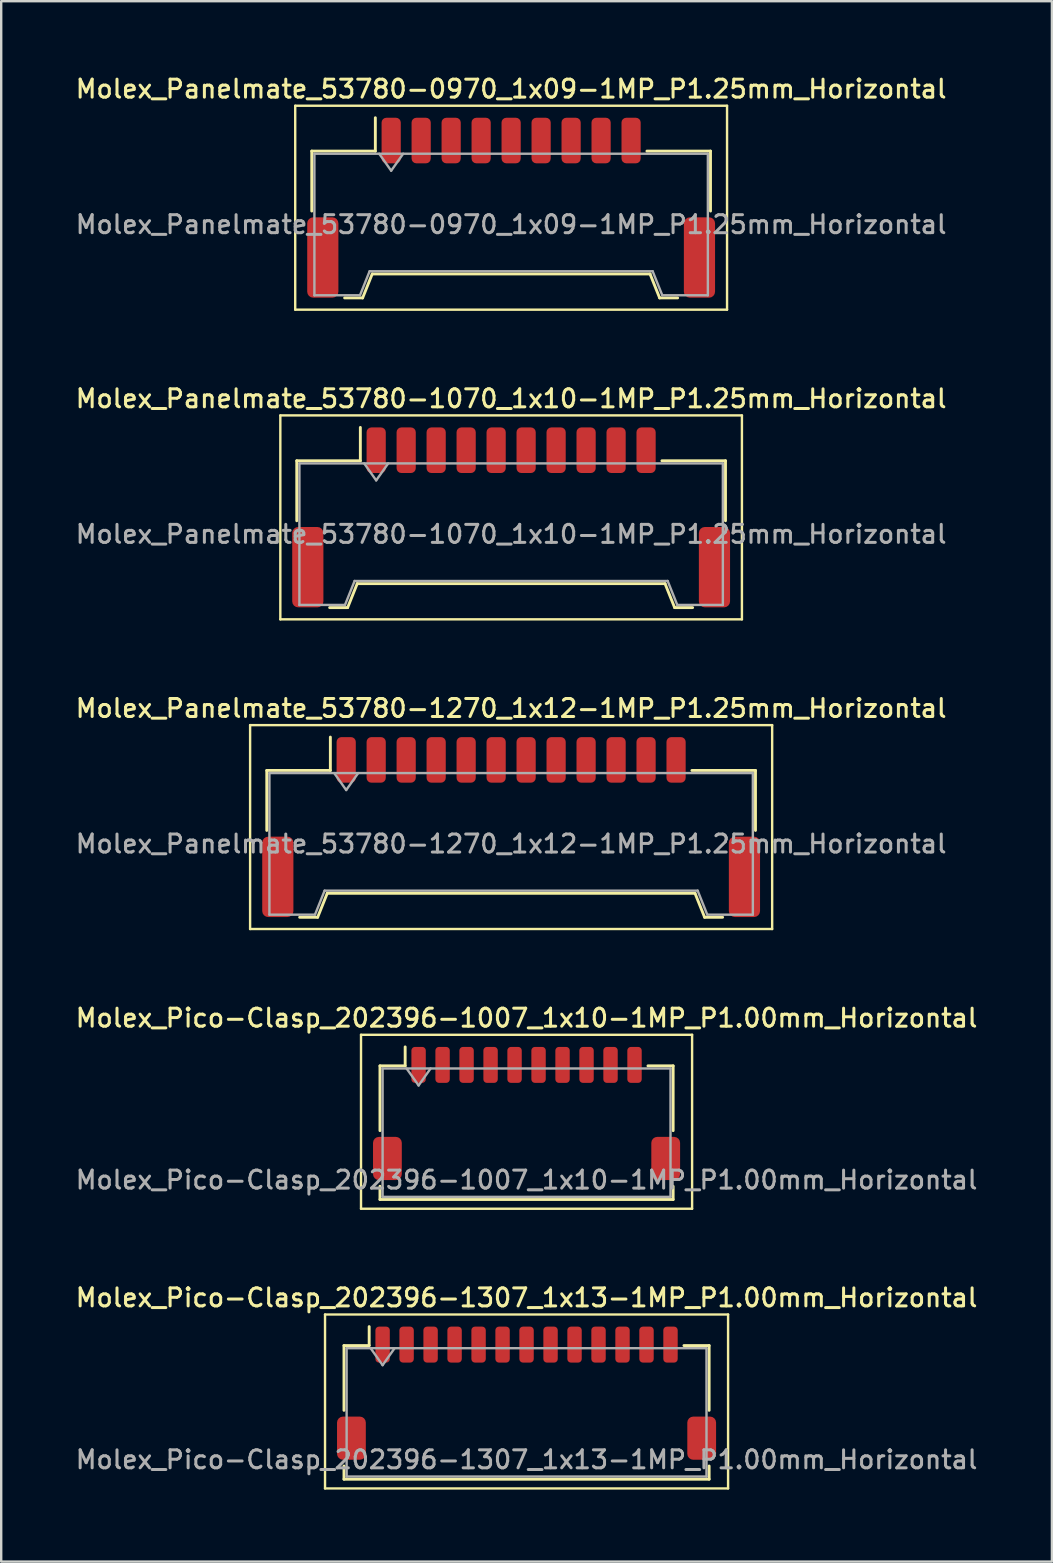
<source format=kicad_pcb>
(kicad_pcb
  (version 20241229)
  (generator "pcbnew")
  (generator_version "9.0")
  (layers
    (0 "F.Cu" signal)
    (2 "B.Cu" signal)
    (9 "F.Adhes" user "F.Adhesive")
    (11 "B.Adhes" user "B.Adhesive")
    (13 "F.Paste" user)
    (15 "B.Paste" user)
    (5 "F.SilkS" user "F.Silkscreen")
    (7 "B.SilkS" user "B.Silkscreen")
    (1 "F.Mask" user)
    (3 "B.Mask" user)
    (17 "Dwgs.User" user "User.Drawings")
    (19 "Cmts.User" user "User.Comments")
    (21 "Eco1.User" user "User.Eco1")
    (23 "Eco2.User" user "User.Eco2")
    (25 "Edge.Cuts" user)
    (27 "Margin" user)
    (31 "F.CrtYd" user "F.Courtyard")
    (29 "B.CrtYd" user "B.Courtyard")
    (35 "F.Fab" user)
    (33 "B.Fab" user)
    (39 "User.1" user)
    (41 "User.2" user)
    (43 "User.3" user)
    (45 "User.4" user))
  (footprint "Molex_Panelmate_53780-1070_1x10-1MP_P1.25mm_Horizontal"
    (layer "F.Cu")
    (at 18.255 18.516)
    (property "Reference" "Molex_Panelmate_53780-1070_1x10-1MP_P1.25mm_Horizontal" (at 0 -4.95 0) (layer "F.SilkS") (effects (font (size 0.75 0.75) (thickness 0.125))))
    (attr smd)
    (fp_line (start -9.62 -4.25) (end -9.62 4.25) (stroke (width 0.1) (type solid)) (layer "F.SilkS"))
    (fp_line (start -9.62 4.25) (end 9.62 4.25) (stroke (width 0.1) (type solid)) (layer "F.SilkS"))
    (fp_line (start -8.935 -2.36) (end -6.285 -2.36) (stroke (width 0.12) (type solid)) (layer "F.SilkS"))
    (fp_line (start -8.935 0.14) (end -8.935 -2.36) (stroke (width 0.12) (type solid)) (layer "F.SilkS"))
    (fp_line (start -7.565 3.76) (end -6.815 3.76) (stroke (width 0.12) (type solid)) (layer "F.SilkS"))
    (fp_line (start -6.815 3.76) (end -6.415 2.76) (stroke (width 0.12) (type solid)) (layer "F.SilkS"))
    (fp_line (start -6.415 2.76) (end 6.415 2.76) (stroke (width 0.12) (type solid)) (layer "F.SilkS"))
    (fp_line (start -6.285 -2.36) (end -6.285 -3.75) (stroke (width 0.12) (type solid)) (layer "F.SilkS"))
    (fp_line (start 6.415 2.76) (end 6.815 3.76) (stroke (width 0.12) (type solid)) (layer "F.SilkS"))
    (fp_line (start 6.815 3.76) (end 7.565 3.76) (stroke (width 0.12) (type solid)) (layer "F.SilkS"))
    (fp_line (start 8.935 -2.36) (end 6.285 -2.36) (stroke (width 0.12) (type solid)) (layer "F.SilkS"))
    (fp_line (start 8.935 0.14) (end 8.935 -2.36) (stroke (width 0.12) (type solid)) (layer "F.SilkS"))
    (fp_line (start 9.62 -4.25) (end -9.62 -4.25) (stroke (width 0.1) (type solid)) (layer "F.SilkS"))
    (fp_line (start 9.62 4.25) (end 9.62 -4.25) (stroke (width 0.1) (type solid)) (layer "F.SilkS"))
    (fp_line (start -8.825 -2.25) (end -8.825 3.65) (stroke (width 0.1) (type solid)) (layer "F.Fab"))
    (fp_line (start -8.825 -2.25) (end 8.825 -2.25) (stroke (width 0.1) (type solid)) (layer "F.Fab"))
    (fp_line (start -8.825 3.65) (end -6.925 3.65) (stroke (width 0.1) (type solid)) (layer "F.Fab"))
    (fp_line (start -6.925 3.65) (end -6.525 2.65) (stroke (width 0.1) (type solid)) (layer "F.Fab"))
    (fp_line (start -6.525 2.65) (end 6.525 2.65) (stroke (width 0.1) (type solid)) (layer "F.Fab"))
    (fp_line (start -6.125 -2.25) (end -5.625 -1.543) (stroke (width 0.1) (type solid)) (layer "F.Fab"))
    (fp_line (start -5.625 -1.543) (end -5.125 -2.25) (stroke (width 0.1) (type solid)) (layer "F.Fab"))
    (fp_line (start 6.525 2.65) (end 6.925 3.65) (stroke (width 0.1) (type solid)) (layer "F.Fab"))
    (fp_line (start 6.925 3.65) (end 8.825 3.65) (stroke (width 0.1) (type solid)) (layer "F.Fab"))
    (fp_line (start 8.825 -2.25) (end 8.825 3.65) (stroke (width 0.1) (type solid)) (layer "F.Fab"))
    (fp_text user "${REFERENCE}" (at 0 0.7 0) (layer "F.Fab") (effects (font (size 0.75 0.75) (thickness 0.125))))
    (pad "1" smd roundrect (at -5.625 -2.8) (size 0.8 1.9) (layers "F.Cu" "F.Mask" "F.Paste") (roundrect_rratio 0.25))
    (pad "2" smd roundrect (at -4.375 -2.8) (size 0.8 1.9) (layers "F.Cu" "F.Mask" "F.Paste") (roundrect_rratio 0.25))
    (pad "3" smd roundrect (at -3.125 -2.8) (size 0.8 1.9) (layers "F.Cu" "F.Mask" "F.Paste") (roundrect_rratio 0.25))
    (pad "4" smd roundrect (at -1.875 -2.8) (size 0.8 1.9) (layers "F.Cu" "F.Mask" "F.Paste") (roundrect_rratio 0.25))
    (pad "5" smd roundrect (at -0.625 -2.8) (size 0.8 1.9) (layers "F.Cu" "F.Mask" "F.Paste") (roundrect_rratio 0.25))
    (pad "6" smd roundrect (at 0.625 -2.8) (size 0.8 1.9) (layers "F.Cu" "F.Mask" "F.Paste") (roundrect_rratio 0.25))
    (pad "7" smd roundrect (at 1.875 -2.8) (size 0.8 1.9) (layers "F.Cu" "F.Mask" "F.Paste") (roundrect_rratio 0.25))
    (pad "8" smd roundrect (at 3.125 -2.8) (size 0.8 1.9) (layers "F.Cu" "F.Mask" "F.Paste") (roundrect_rratio 0.25))
    (pad "9" smd roundrect (at 4.375 -2.8) (size 0.8 1.9) (layers "F.Cu" "F.Mask" "F.Paste") (roundrect_rratio 0.25))
    (pad "10" smd roundrect (at 5.625 -2.8) (size 0.8 1.9) (layers "F.Cu" "F.Mask" "F.Paste") (roundrect_rratio 0.25))
    (pad "MP" smd roundrect (at -8.475 2.075) (size 1.3 3.35) (layers "F.Cu" "F.Mask" "F.Paste") (roundrect_rratio 0.192))
    (pad "MP" smd roundrect (at 8.475 2.075) (size 1.3 3.35) (layers "F.Cu" "F.Mask" "F.Paste") (roundrect_rratio 0.192)))
  (footprint "Molex_Pico-Clasp_202396-1307_1x13-1MP_P1.00mm_Horizontal"
    (layer "F.Cu")
    (at 18.898 55.021)
    (property "Reference" "Molex_Pico-Clasp_202396-1307_1x13-1MP_P1.00mm_Horizontal" (at 0 -3.98 0) (layer "F.SilkS") (effects (font (size 0.75 0.75) (thickness 0.125))))
    (attr smd)
    (fp_line (start -8.4 -3.28) (end -8.4 3.97) (stroke (width 0.1) (type solid)) (layer "F.SilkS"))
    (fp_line (start -8.4 3.97) (end 8.4 3.97) (stroke (width 0.1) (type solid)) (layer "F.SilkS"))
    (fp_line (start -7.61 -1.985) (end -6.56 -1.985) (stroke (width 0.12) (type solid)) (layer "F.SilkS"))
    (fp_line (start -7.61 0.715) (end -7.61 -1.985) (stroke (width 0.12) (type solid)) (layer "F.SilkS"))
    (fp_line (start -7.61 3.035) (end -7.61 3.585) (stroke (width 0.12) (type solid)) (layer "F.SilkS"))
    (fp_line (start -7.61 3.585) (end 7.61 3.585) (stroke (width 0.12) (type solid)) (layer "F.SilkS"))
    (fp_line (start -6.56 -1.985) (end -6.56 -2.775) (stroke (width 0.12) (type solid)) (layer "F.SilkS"))
    (fp_line (start 7.61 -1.985) (end 6.56 -1.985) (stroke (width 0.12) (type solid)) (layer "F.SilkS"))
    (fp_line (start 7.61 0.715) (end 7.61 -1.985) (stroke (width 0.12) (type solid)) (layer "F.SilkS"))
    (fp_line (start 7.61 3.585) (end 7.61 3.035) (stroke (width 0.12) (type solid)) (layer "F.SilkS"))
    (fp_line (start 8.4 -3.28) (end -8.4 -3.28) (stroke (width 0.1) (type solid)) (layer "F.SilkS"))
    (fp_line (start 8.4 3.97) (end 8.4 -3.28) (stroke (width 0.1) (type solid)) (layer "F.SilkS"))
    (fp_line (start -7.5 -1.875) (end -7.5 3.475) (stroke (width 0.1) (type solid)) (layer "F.Fab"))
    (fp_line (start -7.5 -1.875) (end 7.5 -1.875) (stroke (width 0.1) (type solid)) (layer "F.Fab"))
    (fp_line (start -7.5 3.475) (end 7.5 3.475) (stroke (width 0.1) (type solid)) (layer "F.Fab"))
    (fp_line (start -6.5 -1.875) (end -6 -1.168) (stroke (width 0.1) (type solid)) (layer "F.Fab"))
    (fp_line (start -6 -1.168) (end -5.5 -1.875) (stroke (width 0.1) (type solid)) (layer "F.Fab"))
    (fp_line (start 7.5 -1.875) (end 7.5 3.475) (stroke (width 0.1) (type solid)) (layer "F.Fab"))
    (fp_text user "${REFERENCE}" (at 0 2.77 0) (layer "F.Fab") (effects (font (size 0.75 0.75) (thickness 0.125))))
    (pad "1" smd roundrect (at -6 -2.025) (size 0.6 1.5) (layers "F.Cu" "F.Mask" "F.Paste") (roundrect_rratio 0.25))
    (pad "2" smd roundrect (at -5 -2.025) (size 0.6 1.5) (layers "F.Cu" "F.Mask" "F.Paste") (roundrect_rratio 0.25))
    (pad "3" smd roundrect (at -4 -2.025) (size 0.6 1.5) (layers "F.Cu" "F.Mask" "F.Paste") (roundrect_rratio 0.25))
    (pad "4" smd roundrect (at -3 -2.025) (size 0.6 1.5) (layers "F.Cu" "F.Mask" "F.Paste") (roundrect_rratio 0.25))
    (pad "5" smd roundrect (at -2 -2.025) (size 0.6 1.5) (layers "F.Cu" "F.Mask" "F.Paste") (roundrect_rratio 0.25))
    (pad "6" smd roundrect (at -1 -2.025) (size 0.6 1.5) (layers "F.Cu" "F.Mask" "F.Paste") (roundrect_rratio 0.25))
    (pad "7" smd roundrect (at 0 -2.025) (size 0.6 1.5) (layers "F.Cu" "F.Mask" "F.Paste") (roundrect_rratio 0.25))
    (pad "8" smd roundrect (at 1 -2.025) (size 0.6 1.5) (layers "F.Cu" "F.Mask" "F.Paste") (roundrect_rratio 0.25))
    (pad "9" smd roundrect (at 2 -2.025) (size 0.6 1.5) (layers "F.Cu" "F.Mask" "F.Paste") (roundrect_rratio 0.25))
    (pad "10" smd roundrect (at 3 -2.025) (size 0.6 1.5) (layers "F.Cu" "F.Mask" "F.Paste") (roundrect_rratio 0.25))
    (pad "11" smd roundrect (at 4 -2.025) (size 0.6 1.5) (layers "F.Cu" "F.Mask" "F.Paste") (roundrect_rratio 0.25))
    (pad "12" smd roundrect (at 5 -2.025) (size 0.6 1.5) (layers "F.Cu" "F.Mask" "F.Paste") (roundrect_rratio 0.25))
    (pad "13" smd roundrect (at 6 -2.025) (size 0.6 1.5) (layers "F.Cu" "F.Mask" "F.Paste") (roundrect_rratio 0.25))
    (pad "MP" smd roundrect (at -7.3 1.875) (size 1.2 1.8) (layers "F.Cu" "F.Mask" "F.Paste") (roundrect_rratio 0.208))
    (pad "MP" smd roundrect (at 7.3 1.875) (size 1.2 1.8) (layers "F.Cu" "F.Mask" "F.Paste") (roundrect_rratio 0.208)))
  (footprint "Molex_Pico-Clasp_202396-1007_1x10-1MP_P1.00mm_Horizontal"
    (layer "F.Cu")
    (at 18.898 43.362)
    (property "Reference" "Molex_Pico-Clasp_202396-1007_1x10-1MP_P1.00mm_Horizontal" (at 0 -3.98 0) (layer "F.SilkS") (effects (font (size 0.75 0.75) (thickness 0.125))))
    (attr smd)
    (fp_line (start -6.9 -3.28) (end -6.9 3.97) (stroke (width 0.1) (type solid)) (layer "F.SilkS"))
    (fp_line (start -6.9 3.97) (end 6.9 3.97) (stroke (width 0.1) (type solid)) (layer "F.SilkS"))
    (fp_line (start -6.11 -1.985) (end -5.06 -1.985) (stroke (width 0.12) (type solid)) (layer "F.SilkS"))
    (fp_line (start -6.11 0.715) (end -6.11 -1.985) (stroke (width 0.12) (type solid)) (layer "F.SilkS"))
    (fp_line (start -6.11 3.035) (end -6.11 3.585) (stroke (width 0.12) (type solid)) (layer "F.SilkS"))
    (fp_line (start -6.11 3.585) (end 6.11 3.585) (stroke (width 0.12) (type solid)) (layer "F.SilkS"))
    (fp_line (start -5.06 -1.985) (end -5.06 -2.775) (stroke (width 0.12) (type solid)) (layer "F.SilkS"))
    (fp_line (start 6.11 -1.985) (end 5.06 -1.985) (stroke (width 0.12) (type solid)) (layer "F.SilkS"))
    (fp_line (start 6.11 0.715) (end 6.11 -1.985) (stroke (width 0.12) (type solid)) (layer "F.SilkS"))
    (fp_line (start 6.11 3.585) (end 6.11 3.035) (stroke (width 0.12) (type solid)) (layer "F.SilkS"))
    (fp_line (start 6.9 -3.28) (end -6.9 -3.28) (stroke (width 0.1) (type solid)) (layer "F.SilkS"))
    (fp_line (start 6.9 3.97) (end 6.9 -3.28) (stroke (width 0.1) (type solid)) (layer "F.SilkS"))
    (fp_line (start -6 -1.875) (end -6 3.475) (stroke (width 0.1) (type solid)) (layer "F.Fab"))
    (fp_line (start -6 -1.875) (end 6 -1.875) (stroke (width 0.1) (type solid)) (layer "F.Fab"))
    (fp_line (start -6 3.475) (end 6 3.475) (stroke (width 0.1) (type solid)) (layer "F.Fab"))
    (fp_line (start -5 -1.875) (end -4.5 -1.168) (stroke (width 0.1) (type solid)) (layer "F.Fab"))
    (fp_line (start -4.5 -1.168) (end -4 -1.875) (stroke (width 0.1) (type solid)) (layer "F.Fab"))
    (fp_line (start 6 -1.875) (end 6 3.475) (stroke (width 0.1) (type solid)) (layer "F.Fab"))
    (fp_text user "${REFERENCE}" (at 0 2.77 0) (layer "F.Fab") (effects (font (size 0.75 0.75) (thickness 0.125))))
    (pad "1" smd roundrect (at -4.5 -2.025) (size 0.6 1.5) (layers "F.Cu" "F.Mask" "F.Paste") (roundrect_rratio 0.25))
    (pad "2" smd roundrect (at -3.5 -2.025) (size 0.6 1.5) (layers "F.Cu" "F.Mask" "F.Paste") (roundrect_rratio 0.25))
    (pad "3" smd roundrect (at -2.5 -2.025) (size 0.6 1.5) (layers "F.Cu" "F.Mask" "F.Paste") (roundrect_rratio 0.25))
    (pad "4" smd roundrect (at -1.5 -2.025) (size 0.6 1.5) (layers "F.Cu" "F.Mask" "F.Paste") (roundrect_rratio 0.25))
    (pad "5" smd roundrect (at -0.5 -2.025) (size 0.6 1.5) (layers "F.Cu" "F.Mask" "F.Paste") (roundrect_rratio 0.25))
    (pad "6" smd roundrect (at 0.5 -2.025) (size 0.6 1.5) (layers "F.Cu" "F.Mask" "F.Paste") (roundrect_rratio 0.25))
    (pad "7" smd roundrect (at 1.5 -2.025) (size 0.6 1.5) (layers "F.Cu" "F.Mask" "F.Paste") (roundrect_rratio 0.25))
    (pad "8" smd roundrect (at 2.5 -2.025) (size 0.6 1.5) (layers "F.Cu" "F.Mask" "F.Paste") (roundrect_rratio 0.25))
    (pad "9" smd roundrect (at 3.5 -2.025) (size 0.6 1.5) (layers "F.Cu" "F.Mask" "F.Paste") (roundrect_rratio 0.25))
    (pad "10" smd roundrect (at 4.5 -2.025) (size 0.6 1.5) (layers "F.Cu" "F.Mask" "F.Paste") (roundrect_rratio 0.25))
    (pad "MP" smd roundrect (at -5.8 1.875) (size 1.2 1.8) (layers "F.Cu" "F.Mask" "F.Paste") (roundrect_rratio 0.208))
    (pad "MP" smd roundrect (at 5.8 1.875) (size 1.2 1.8) (layers "F.Cu" "F.Mask" "F.Paste") (roundrect_rratio 0.208)))
  (footprint "Molex_Panelmate_53780-1270_1x12-1MP_P1.25mm_Horizontal"
    (layer "F.Cu")
    (at 18.255 31.424)
    (property "Reference" "Molex_Panelmate_53780-1270_1x12-1MP_P1.25mm_Horizontal" (at 0 -4.95 0) (layer "F.SilkS") (effects (font (size 0.75 0.75) (thickness 0.125))))
    (attr smd)
    (fp_line (start -10.88 -4.25) (end -10.88 4.25) (stroke (width 0.1) (type solid)) (layer "F.SilkS"))
    (fp_line (start -10.88 4.25) (end 10.88 4.25) (stroke (width 0.1) (type solid)) (layer "F.SilkS"))
    (fp_line (start -10.185 -2.36) (end -7.535 -2.36) (stroke (width 0.12) (type solid)) (layer "F.SilkS"))
    (fp_line (start -10.185 0.14) (end -10.185 -2.36) (stroke (width 0.12) (type solid)) (layer "F.SilkS"))
    (fp_line (start -8.815 3.76) (end -8.065 3.76) (stroke (width 0.12) (type solid)) (layer "F.SilkS"))
    (fp_line (start -8.065 3.76) (end -7.665 2.76) (stroke (width 0.12) (type solid)) (layer "F.SilkS"))
    (fp_line (start -7.665 2.76) (end 7.665 2.76) (stroke (width 0.12) (type solid)) (layer "F.SilkS"))
    (fp_line (start -7.535 -2.36) (end -7.535 -3.75) (stroke (width 0.12) (type solid)) (layer "F.SilkS"))
    (fp_line (start 7.665 2.76) (end 8.065 3.76) (stroke (width 0.12) (type solid)) (layer "F.SilkS"))
    (fp_line (start 8.065 3.76) (end 8.815 3.76) (stroke (width 0.12) (type solid)) (layer "F.SilkS"))
    (fp_line (start 10.185 -2.36) (end 7.535 -2.36) (stroke (width 0.12) (type solid)) (layer "F.SilkS"))
    (fp_line (start 10.185 0.14) (end 10.185 -2.36) (stroke (width 0.12) (type solid)) (layer "F.SilkS"))
    (fp_line (start 10.88 -4.25) (end -10.88 -4.25) (stroke (width 0.1) (type solid)) (layer "F.SilkS"))
    (fp_line (start 10.88 4.25) (end 10.88 -4.25) (stroke (width 0.1) (type solid)) (layer "F.SilkS"))
    (fp_line (start -10.075 -2.25) (end -10.075 3.65) (stroke (width 0.1) (type solid)) (layer "F.Fab"))
    (fp_line (start -10.075 -2.25) (end 10.075 -2.25) (stroke (width 0.1) (type solid)) (layer "F.Fab"))
    (fp_line (start -10.075 3.65) (end -8.175 3.65) (stroke (width 0.1) (type solid)) (layer "F.Fab"))
    (fp_line (start -8.175 3.65) (end -7.775 2.65) (stroke (width 0.1) (type solid)) (layer "F.Fab"))
    (fp_line (start -7.775 2.65) (end 7.775 2.65) (stroke (width 0.1) (type solid)) (layer "F.Fab"))
    (fp_line (start -7.375 -2.25) (end -6.875 -1.543) (stroke (width 0.1) (type solid)) (layer "F.Fab"))
    (fp_line (start -6.875 -1.543) (end -6.375 -2.25) (stroke (width 0.1) (type solid)) (layer "F.Fab"))
    (fp_line (start 7.775 2.65) (end 8.175 3.65) (stroke (width 0.1) (type solid)) (layer "F.Fab"))
    (fp_line (start 8.175 3.65) (end 10.075 3.65) (stroke (width 0.1) (type solid)) (layer "F.Fab"))
    (fp_line (start 10.075 -2.25) (end 10.075 3.65) (stroke (width 0.1) (type solid)) (layer "F.Fab"))
    (fp_text user "${REFERENCE}" (at 0 0.7 0) (layer "F.Fab") (effects (font (size 0.75 0.75) (thickness 0.125))))
    (pad "1" smd roundrect (at -6.875 -2.8) (size 0.8 1.9) (layers "F.Cu" "F.Mask" "F.Paste") (roundrect_rratio 0.25))
    (pad "2" smd roundrect (at -5.625 -2.8) (size 0.8 1.9) (layers "F.Cu" "F.Mask" "F.Paste") (roundrect_rratio 0.25))
    (pad "3" smd roundrect (at -4.375 -2.8) (size 0.8 1.9) (layers "F.Cu" "F.Mask" "F.Paste") (roundrect_rratio 0.25))
    (pad "4" smd roundrect (at -3.125 -2.8) (size 0.8 1.9) (layers "F.Cu" "F.Mask" "F.Paste") (roundrect_rratio 0.25))
    (pad "5" smd roundrect (at -1.875 -2.8) (size 0.8 1.9) (layers "F.Cu" "F.Mask" "F.Paste") (roundrect_rratio 0.25))
    (pad "6" smd roundrect (at -0.625 -2.8) (size 0.8 1.9) (layers "F.Cu" "F.Mask" "F.Paste") (roundrect_rratio 0.25))
    (pad "7" smd roundrect (at 0.625 -2.8) (size 0.8 1.9) (layers "F.Cu" "F.Mask" "F.Paste") (roundrect_rratio 0.25))
    (pad "8" smd roundrect (at 1.875 -2.8) (size 0.8 1.9) (layers "F.Cu" "F.Mask" "F.Paste") (roundrect_rratio 0.25))
    (pad "9" smd roundrect (at 3.125 -2.8) (size 0.8 1.9) (layers "F.Cu" "F.Mask" "F.Paste") (roundrect_rratio 0.25))
    (pad "10" smd roundrect (at 4.375 -2.8) (size 0.8 1.9) (layers "F.Cu" "F.Mask" "F.Paste") (roundrect_rratio 0.25))
    (pad "11" smd roundrect (at 5.625 -2.8) (size 0.8 1.9) (layers "F.Cu" "F.Mask" "F.Paste") (roundrect_rratio 0.25))
    (pad "12" smd roundrect (at 6.875 -2.8) (size 0.8 1.9) (layers "F.Cu" "F.Mask" "F.Paste") (roundrect_rratio 0.25))
    (pad "MP" smd roundrect (at -9.725 2.075) (size 1.3 3.35) (layers "F.Cu" "F.Mask" "F.Paste") (roundrect_rratio 0.192))
    (pad "MP" smd roundrect (at 9.725 2.075) (size 1.3 3.35) (layers "F.Cu" "F.Mask" "F.Paste") (roundrect_rratio 0.192)))
  (footprint "Molex_Panelmate_53780-0970_1x09-1MP_P1.25mm_Horizontal"
    (layer "F.Cu")
    (at 18.255 5.608)
    (property "Reference" "Molex_Panelmate_53780-0970_1x09-1MP_P1.25mm_Horizontal" (at 0 -4.95 0) (layer "F.SilkS") (effects (font (size 0.75 0.75) (thickness 0.125))))
    (attr smd)
    (fp_line (start -9 -4.25) (end -9 4.25) (stroke (width 0.1) (type solid)) (layer "F.SilkS"))
    (fp_line (start -9 4.25) (end 9 4.25) (stroke (width 0.1) (type solid)) (layer "F.SilkS"))
    (fp_line (start -8.31 -2.36) (end -5.66 -2.36) (stroke (width 0.12) (type solid)) (layer "F.SilkS"))
    (fp_line (start -8.31 0.14) (end -8.31 -2.36) (stroke (width 0.12) (type solid)) (layer "F.SilkS"))
    (fp_line (start -6.94 3.76) (end -6.19 3.76) (stroke (width 0.12) (type solid)) (layer "F.SilkS"))
    (fp_line (start -6.19 3.76) (end -5.79 2.76) (stroke (width 0.12) (type solid)) (layer "F.SilkS"))
    (fp_line (start -5.79 2.76) (end 5.79 2.76) (stroke (width 0.12) (type solid)) (layer "F.SilkS"))
    (fp_line (start -5.66 -2.36) (end -5.66 -3.75) (stroke (width 0.12) (type solid)) (layer "F.SilkS"))
    (fp_line (start 5.79 2.76) (end 6.19 3.76) (stroke (width 0.12) (type solid)) (layer "F.SilkS"))
    (fp_line (start 6.19 3.76) (end 6.94 3.76) (stroke (width 0.12) (type solid)) (layer "F.SilkS"))
    (fp_line (start 8.31 -2.36) (end 5.66 -2.36) (stroke (width 0.12) (type solid)) (layer "F.SilkS"))
    (fp_line (start 8.31 0.14) (end 8.31 -2.36) (stroke (width 0.12) (type solid)) (layer "F.SilkS"))
    (fp_line (start 9 -4.25) (end -9 -4.25) (stroke (width 0.1) (type solid)) (layer "F.SilkS"))
    (fp_line (start 9 4.25) (end 9 -4.25) (stroke (width 0.1) (type solid)) (layer "F.SilkS"))
    (fp_line (start -8.2 -2.25) (end -8.2 3.65) (stroke (width 0.1) (type solid)) (layer "F.Fab"))
    (fp_line (start -8.2 -2.25) (end 8.2 -2.25) (stroke (width 0.1) (type solid)) (layer "F.Fab"))
    (fp_line (start -8.2 3.65) (end -6.3 3.65) (stroke (width 0.1) (type solid)) (layer "F.Fab"))
    (fp_line (start -6.3 3.65) (end -5.9 2.65) (stroke (width 0.1) (type solid)) (layer "F.Fab"))
    (fp_line (start -5.9 2.65) (end 5.9 2.65) (stroke (width 0.1) (type solid)) (layer "F.Fab"))
    (fp_line (start -5.5 -2.25) (end -5 -1.543) (stroke (width 0.1) (type solid)) (layer "F.Fab"))
    (fp_line (start -5 -1.543) (end -4.5 -2.25) (stroke (width 0.1) (type solid)) (layer "F.Fab"))
    (fp_line (start 5.9 2.65) (end 6.3 3.65) (stroke (width 0.1) (type solid)) (layer "F.Fab"))
    (fp_line (start 6.3 3.65) (end 8.2 3.65) (stroke (width 0.1) (type solid)) (layer "F.Fab"))
    (fp_line (start 8.2 -2.25) (end 8.2 3.65) (stroke (width 0.1) (type solid)) (layer "F.Fab"))
    (fp_text user "${REFERENCE}" (at 0 0.7 0) (layer "F.Fab") (effects (font (size 0.75 0.75) (thickness 0.125))))
    (pad "1" smd roundrect (at -5 -2.8) (size 0.8 1.9) (layers "F.Cu" "F.Mask" "F.Paste") (roundrect_rratio 0.25))
    (pad "2" smd roundrect (at -3.75 -2.8) (size 0.8 1.9) (layers "F.Cu" "F.Mask" "F.Paste") (roundrect_rratio 0.25))
    (pad "3" smd roundrect (at -2.5 -2.8) (size 0.8 1.9) (layers "F.Cu" "F.Mask" "F.Paste") (roundrect_rratio 0.25))
    (pad "4" smd roundrect (at -1.25 -2.8) (size 0.8 1.9) (layers "F.Cu" "F.Mask" "F.Paste") (roundrect_rratio 0.25))
    (pad "5" smd roundrect (at 0 -2.8) (size 0.8 1.9) (layers "F.Cu" "F.Mask" "F.Paste") (roundrect_rratio 0.25))
    (pad "6" smd roundrect (at 1.25 -2.8) (size 0.8 1.9) (layers "F.Cu" "F.Mask" "F.Paste") (roundrect_rratio 0.25))
    (pad "7" smd roundrect (at 2.5 -2.8) (size 0.8 1.9) (layers "F.Cu" "F.Mask" "F.Paste") (roundrect_rratio 0.25))
    (pad "8" smd roundrect (at 3.75 -2.8) (size 0.8 1.9) (layers "F.Cu" "F.Mask" "F.Paste") (roundrect_rratio 0.25))
    (pad "9" smd roundrect (at 5 -2.8) (size 0.8 1.9) (layers "F.Cu" "F.Mask" "F.Paste") (roundrect_rratio 0.25))
    (pad "MP" smd roundrect (at -7.85 2.075) (size 1.3 3.35) (layers "F.Cu" "F.Mask" "F.Paste") (roundrect_rratio 0.192))
    (pad "MP" smd roundrect (at 7.85 2.075) (size 1.3 3.35) (layers "F.Cu" "F.Mask" "F.Paste") (roundrect_rratio 0.192)))
  (gr_rect
    (start -3 -3)
    (end 40.796 62.041)
    (stroke (width 0.1) (type default))
    (fill no)
    (layer "Edge.Cuts")))
</source>
